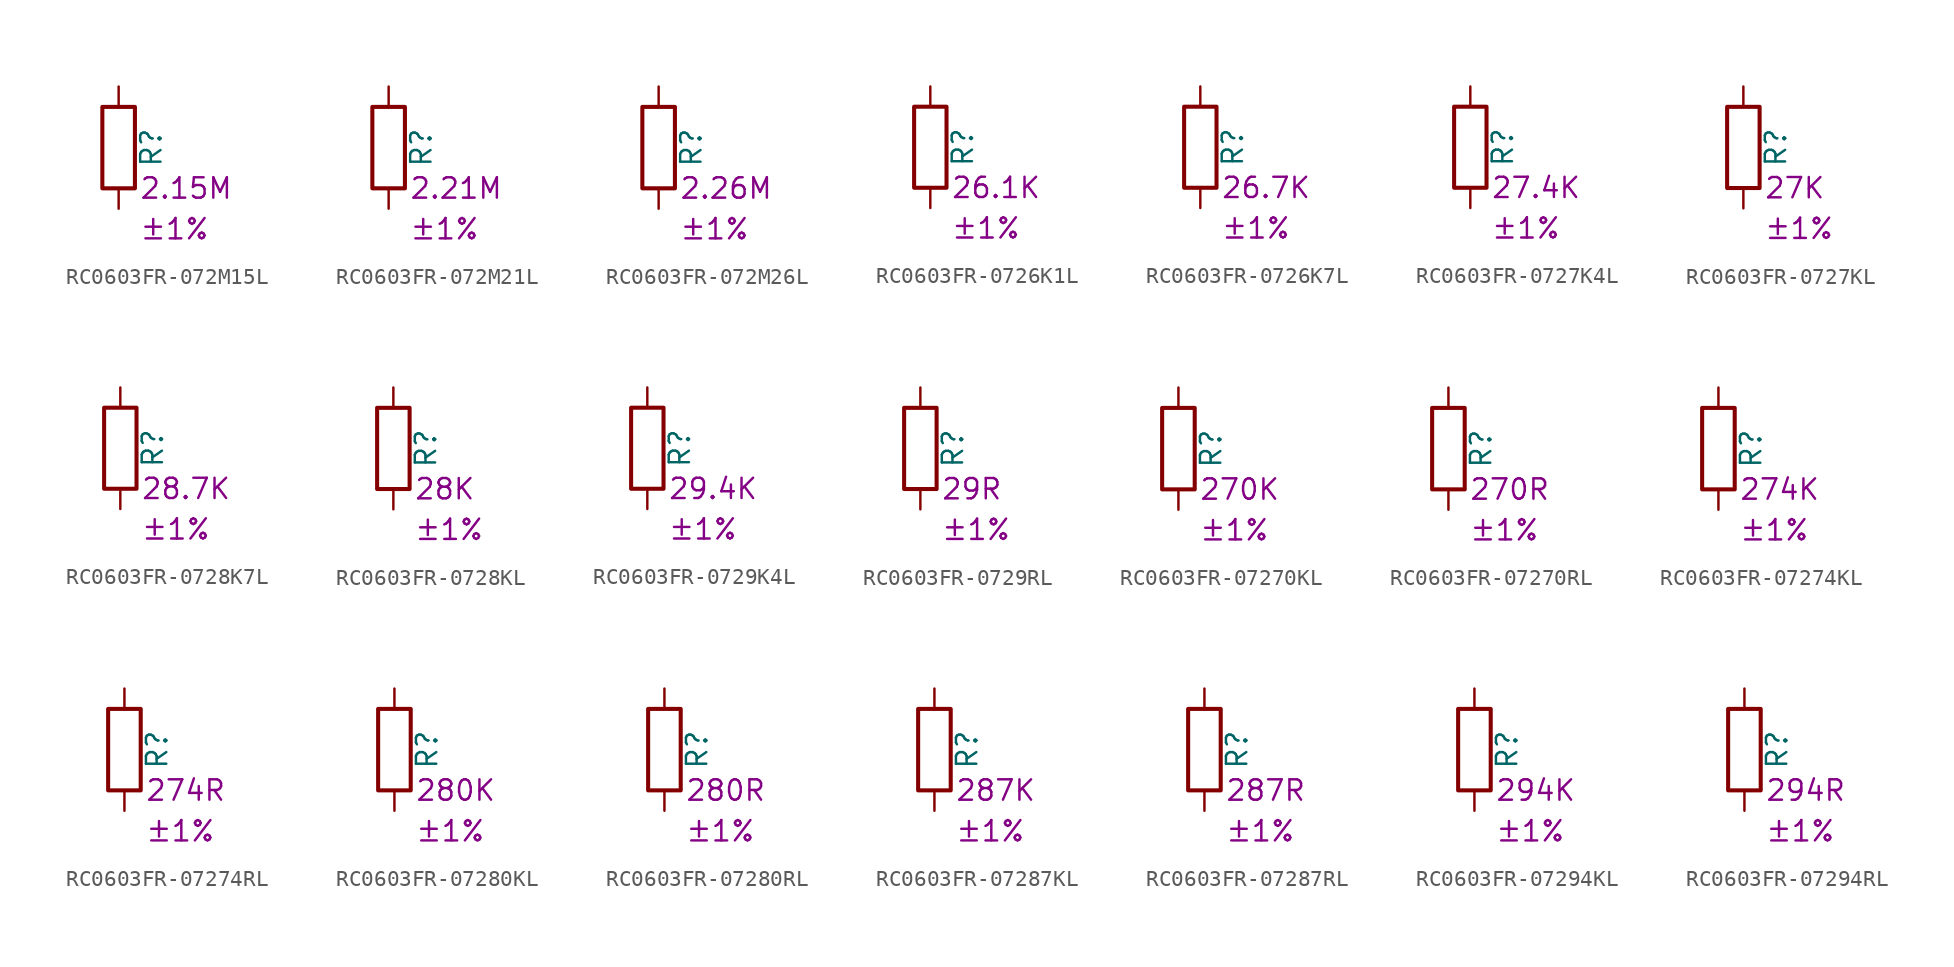
<source format=kicad_sym>
(kicad_symbol_lib
  (version 20220914)
  (generator kicad_symbol_editor)
  (symbol "RC0603FR-072M15L"
    (pin_numbers hide)
    (pin_names
      (offset 0))
    (property "Reference" "R"
      (at 2.032 0 90)
      (effects (font (size 1.27 1.27))))
    (property "Resistance" "2.15M"
      (at 1.27 -2.54 0)
      (effects (font (size 1.27 1.27)) (justify left)))
    (property "Tolerance" "±1%"
      (at 1.27 -5.08 0)
      (effects (font (size 1.27 1.27)) (justify left)))
    (symbol "RC0603FR-072M15L_0_1"
      (rectangle (start -1.016 -2.54) (end 1.016 2.54) (stroke (width 0.254) (type default)) (fill (type none))))
    (symbol "RC0603FR-072M15L_1_1"
      (pin passive line (at 0 3.81 270) (length 1.27) (name "~" (effects (font (size 1.27 1.27)))) (number "1" (effects (font (size 1.27 1.27)))))
      (pin passive line (at 0 -3.81 90) (length 1.27) (name "~" (effects (font (size 1.27 1.27)))) (number "2" (effects (font (size 1.27 1.27)))))))
  (symbol "RC0603FR-072M21L"
    (pin_numbers hide)
    (pin_names
      (offset 0))
    (property "Reference" "R"
      (at 2.032 0 90)
      (effects (font (size 1.27 1.27))))
    (property "Resistance" "2.21M"
      (at 1.27 -2.54 0)
      (effects (font (size 1.27 1.27)) (justify left)))
    (property "Tolerance" "±1%"
      (at 1.27 -5.08 0)
      (effects (font (size 1.27 1.27)) (justify left)))
    (symbol "RC0603FR-072M21L_0_1"
      (rectangle (start -1.016 -2.54) (end 1.016 2.54) (stroke (width 0.254) (type default)) (fill (type none))))
    (symbol "RC0603FR-072M21L_1_1"
      (pin passive line (at 0 3.81 270) (length 1.27) (name "~" (effects (font (size 1.27 1.27)))) (number "1" (effects (font (size 1.27 1.27)))))
      (pin passive line (at 0 -3.81 90) (length 1.27) (name "~" (effects (font (size 1.27 1.27)))) (number "2" (effects (font (size 1.27 1.27)))))))
  (symbol "RC0603FR-072M26L"
    (pin_numbers hide)
    (pin_names
      (offset 0))
    (property "Reference" "R"
      (at 2.032 0 90)
      (effects (font (size 1.27 1.27))))
    (property "Resistance" "2.26M"
      (at 1.27 -2.54 0)
      (effects (font (size 1.27 1.27)) (justify left)))
    (property "Tolerance" "±1%"
      (at 1.27 -5.08 0)
      (effects (font (size 1.27 1.27)) (justify left)))
    (symbol "RC0603FR-072M26L_0_1"
      (rectangle (start -1.016 -2.54) (end 1.016 2.54) (stroke (width 0.254) (type default)) (fill (type none))))
    (symbol "RC0603FR-072M26L_1_1"
      (pin passive line (at 0 3.81 270) (length 1.27) (name "~" (effects (font (size 1.27 1.27)))) (number "1" (effects (font (size 1.27 1.27)))))
      (pin passive line (at 0 -3.81 90) (length 1.27) (name "~" (effects (font (size 1.27 1.27)))) (number "2" (effects (font (size 1.27 1.27)))))))
  (symbol "RC0603FR-0726K1L"
    (pin_numbers hide)
    (pin_names
      (offset 0))
    (property "Reference" "R"
      (at 2.032 0 90)
      (effects (font (size 1.27 1.27))))
    (property "Resistance" "26.1K"
      (at 1.27 -2.54 0)
      (effects (font (size 1.27 1.27)) (justify left)))
    (property "Tolerance" "±1%"
      (at 1.27 -5.08 0)
      (effects (font (size 1.27 1.27)) (justify left)))
    (symbol "RC0603FR-0726K1L_0_1"
      (rectangle (start -1.016 -2.54) (end 1.016 2.54) (stroke (width 0.254) (type default)) (fill (type none))))
    (symbol "RC0603FR-0726K1L_1_1"
      (pin passive line (at 0 3.81 270) (length 1.27) (name "~" (effects (font (size 1.27 1.27)))) (number "1" (effects (font (size 1.27 1.27)))))
      (pin passive line (at 0 -3.81 90) (length 1.27) (name "~" (effects (font (size 1.27 1.27)))) (number "2" (effects (font (size 1.27 1.27)))))))
  (symbol "RC0603FR-0726K7L"
    (pin_numbers hide)
    (pin_names
      (offset 0))
    (property "Reference" "R"
      (at 2.032 0 90)
      (effects (font (size 1.27 1.27))))
    (property "Resistance" "26.7K"
      (at 1.27 -2.54 0)
      (effects (font (size 1.27 1.27)) (justify left)))
    (property "Tolerance" "±1%"
      (at 1.27 -5.08 0)
      (effects (font (size 1.27 1.27)) (justify left)))
    (symbol "RC0603FR-0726K7L_0_1"
      (rectangle (start -1.016 -2.54) (end 1.016 2.54) (stroke (width 0.254) (type default)) (fill (type none))))
    (symbol "RC0603FR-0726K7L_1_1"
      (pin passive line (at 0 3.81 270) (length 1.27) (name "~" (effects (font (size 1.27 1.27)))) (number "1" (effects (font (size 1.27 1.27)))))
      (pin passive line (at 0 -3.81 90) (length 1.27) (name "~" (effects (font (size 1.27 1.27)))) (number "2" (effects (font (size 1.27 1.27)))))))
  (symbol "RC0603FR-0727K4L"
    (pin_numbers hide)
    (pin_names
      (offset 0))
    (property "Reference" "R"
      (at 2.032 0 90)
      (effects (font (size 1.27 1.27))))
    (property "Resistance" "27.4K"
      (at 1.27 -2.54 0)
      (effects (font (size 1.27 1.27)) (justify left)))
    (property "Tolerance" "±1%"
      (at 1.27 -5.08 0)
      (effects (font (size 1.27 1.27)) (justify left)))
    (symbol "RC0603FR-0727K4L_0_1"
      (rectangle (start -1.016 -2.54) (end 1.016 2.54) (stroke (width 0.254) (type default)) (fill (type none))))
    (symbol "RC0603FR-0727K4L_1_1"
      (pin passive line (at 0 3.81 270) (length 1.27) (name "~" (effects (font (size 1.27 1.27)))) (number "1" (effects (font (size 1.27 1.27)))))
      (pin passive line (at 0 -3.81 90) (length 1.27) (name "~" (effects (font (size 1.27 1.27)))) (number "2" (effects (font (size 1.27 1.27)))))))
  (symbol "RC0603FR-0727KL"
    (pin_numbers hide)
    (pin_names
      (offset 0))
    (property "Reference" "R"
      (at 2.032 0 90)
      (effects (font (size 1.27 1.27))))
    (property "Resistance" "27K"
      (at 1.27 -2.54 0)
      (effects (font (size 1.27 1.27)) (justify left)))
    (property "Tolerance" "±1%"
      (at 1.27 -5.08 0)
      (effects (font (size 1.27 1.27)) (justify left)))
    (symbol "RC0603FR-0727KL_0_1"
      (rectangle (start -1.016 -2.54) (end 1.016 2.54) (stroke (width 0.254) (type default)) (fill (type none))))
    (symbol "RC0603FR-0727KL_1_1"
      (pin passive line (at 0 3.81 270) (length 1.27) (name "~" (effects (font (size 1.27 1.27)))) (number "1" (effects (font (size 1.27 1.27)))))
      (pin passive line (at 0 -3.81 90) (length 1.27) (name "~" (effects (font (size 1.27 1.27)))) (number "2" (effects (font (size 1.27 1.27)))))))
  (symbol "RC0603FR-0728K7L"
    (pin_numbers hide)
    (pin_names
      (offset 0))
    (property "Reference" "R"
      (at 2.032 0 90)
      (effects (font (size 1.27 1.27))))
    (property "Resistance" "28.7K"
      (at 1.27 -2.54 0)
      (effects (font (size 1.27 1.27)) (justify left)))
    (property "Tolerance" "±1%"
      (at 1.27 -5.08 0)
      (effects (font (size 1.27 1.27)) (justify left)))
    (symbol "RC0603FR-0728K7L_0_1"
      (rectangle (start -1.016 -2.54) (end 1.016 2.54) (stroke (width 0.254) (type default)) (fill (type none))))
    (symbol "RC0603FR-0728K7L_1_1"
      (pin passive line (at 0 3.81 270) (length 1.27) (name "~" (effects (font (size 1.27 1.27)))) (number "1" (effects (font (size 1.27 1.27)))))
      (pin passive line (at 0 -3.81 90) (length 1.27) (name "~" (effects (font (size 1.27 1.27)))) (number "2" (effects (font (size 1.27 1.27)))))))
  (symbol "RC0603FR-0728KL"
    (pin_numbers hide)
    (pin_names
      (offset 0))
    (property "Reference" "R"
      (at 2.032 0 90)
      (effects (font (size 1.27 1.27))))
    (property "Resistance" "28K"
      (at 1.27 -2.54 0)
      (effects (font (size 1.27 1.27)) (justify left)))
    (property "Tolerance" "±1%"
      (at 1.27 -5.08 0)
      (effects (font (size 1.27 1.27)) (justify left)))
    (symbol "RC0603FR-0728KL_0_1"
      (rectangle (start -1.016 -2.54) (end 1.016 2.54) (stroke (width 0.254) (type default)) (fill (type none))))
    (symbol "RC0603FR-0728KL_1_1"
      (pin passive line (at 0 3.81 270) (length 1.27) (name "~" (effects (font (size 1.27 1.27)))) (number "1" (effects (font (size 1.27 1.27)))))
      (pin passive line (at 0 -3.81 90) (length 1.27) (name "~" (effects (font (size 1.27 1.27)))) (number "2" (effects (font (size 1.27 1.27)))))))
  (symbol "RC0603FR-0729K4L"
    (pin_numbers hide)
    (pin_names
      (offset 0))
    (property "Reference" "R"
      (at 2.032 0 90)
      (effects (font (size 1.27 1.27))))
    (property "Resistance" "29.4K"
      (at 1.27 -2.54 0)
      (effects (font (size 1.27 1.27)) (justify left)))
    (property "Tolerance" "±1%"
      (at 1.27 -5.08 0)
      (effects (font (size 1.27 1.27)) (justify left)))
    (symbol "RC0603FR-0729K4L_0_1"
      (rectangle (start -1.016 -2.54) (end 1.016 2.54) (stroke (width 0.254) (type default)) (fill (type none))))
    (symbol "RC0603FR-0729K4L_1_1"
      (pin passive line (at 0 3.81 270) (length 1.27) (name "~" (effects (font (size 1.27 1.27)))) (number "1" (effects (font (size 1.27 1.27)))))
      (pin passive line (at 0 -3.81 90) (length 1.27) (name "~" (effects (font (size 1.27 1.27)))) (number "2" (effects (font (size 1.27 1.27)))))))
  (symbol "RC0603FR-0729RL"
    (pin_numbers hide)
    (pin_names
      (offset 0))
    (property "Reference" "R"
      (at 2.032 0 90)
      (effects (font (size 1.27 1.27))))
    (property "Resistance" "29R"
      (at 1.27 -2.54 0)
      (effects (font (size 1.27 1.27)) (justify left)))
    (property "Tolerance" "±1%"
      (at 1.27 -5.08 0)
      (effects (font (size 1.27 1.27)) (justify left)))
    (symbol "RC0603FR-0729RL_0_1"
      (rectangle (start -1.016 -2.54) (end 1.016 2.54) (stroke (width 0.254) (type default)) (fill (type none))))
    (symbol "RC0603FR-0729RL_1_1"
      (pin passive line (at 0 3.81 270) (length 1.27) (name "~" (effects (font (size 1.27 1.27)))) (number "1" (effects (font (size 1.27 1.27)))))
      (pin passive line (at 0 -3.81 90) (length 1.27) (name "~" (effects (font (size 1.27 1.27)))) (number "2" (effects (font (size 1.27 1.27)))))))
  (symbol "RC0603FR-07270KL"
    (pin_numbers hide)
    (pin_names
      (offset 0))
    (property "Reference" "R"
      (at 2.032 0 90)
      (effects (font (size 1.27 1.27))))
    (property "Resistance" "270K"
      (at 1.27 -2.54 0)
      (effects (font (size 1.27 1.27)) (justify left)))
    (property "Tolerance" "±1%"
      (at 1.27 -5.08 0)
      (effects (font (size 1.27 1.27)) (justify left)))
    (symbol "RC0603FR-07270KL_0_1"
      (rectangle (start -1.016 -2.54) (end 1.016 2.54) (stroke (width 0.254) (type default)) (fill (type none))))
    (symbol "RC0603FR-07270KL_1_1"
      (pin passive line (at 0 3.81 270) (length 1.27) (name "~" (effects (font (size 1.27 1.27)))) (number "1" (effects (font (size 1.27 1.27)))))
      (pin passive line (at 0 -3.81 90) (length 1.27) (name "~" (effects (font (size 1.27 1.27)))) (number "2" (effects (font (size 1.27 1.27)))))))
  (symbol "RC0603FR-07270RL"
    (pin_numbers hide)
    (pin_names
      (offset 0))
    (property "Reference" "R"
      (at 2.032 0 90)
      (effects (font (size 1.27 1.27))))
    (property "Resistance" "270R"
      (at 1.27 -2.54 0)
      (effects (font (size 1.27 1.27)) (justify left)))
    (property "Tolerance" "±1%"
      (at 1.27 -5.08 0)
      (effects (font (size 1.27 1.27)) (justify left)))
    (symbol "RC0603FR-07270RL_0_1"
      (rectangle (start -1.016 -2.54) (end 1.016 2.54) (stroke (width 0.254) (type default)) (fill (type none))))
    (symbol "RC0603FR-07270RL_1_1"
      (pin passive line (at 0 3.81 270) (length 1.27) (name "~" (effects (font (size 1.27 1.27)))) (number "1" (effects (font (size 1.27 1.27)))))
      (pin passive line (at 0 -3.81 90) (length 1.27) (name "~" (effects (font (size 1.27 1.27)))) (number "2" (effects (font (size 1.27 1.27)))))))
  (symbol "RC0603FR-07274KL"
    (pin_numbers hide)
    (pin_names
      (offset 0))
    (property "Reference" "R"
      (at 2.032 0 90)
      (effects (font (size 1.27 1.27))))
    (property "Resistance" "274K"
      (at 1.27 -2.54 0)
      (effects (font (size 1.27 1.27)) (justify left)))
    (property "Tolerance" "±1%"
      (at 1.27 -5.08 0)
      (effects (font (size 1.27 1.27)) (justify left)))
    (symbol "RC0603FR-07274KL_0_1"
      (rectangle (start -1.016 -2.54) (end 1.016 2.54) (stroke (width 0.254) (type default)) (fill (type none))))
    (symbol "RC0603FR-07274KL_1_1"
      (pin passive line (at 0 3.81 270) (length 1.27) (name "~" (effects (font (size 1.27 1.27)))) (number "1" (effects (font (size 1.27 1.27)))))
      (pin passive line (at 0 -3.81 90) (length 1.27) (name "~" (effects (font (size 1.27 1.27)))) (number "2" (effects (font (size 1.27 1.27)))))))
  (symbol "RC0603FR-07274RL"
    (pin_numbers hide)
    (pin_names
      (offset 0))
    (property "Reference" "R"
      (at 2.032 0 90)
      (effects (font (size 1.27 1.27))))
    (property "Resistance" "274R"
      (at 1.27 -2.54 0)
      (effects (font (size 1.27 1.27)) (justify left)))
    (property "Tolerance" "±1%"
      (at 1.27 -5.08 0)
      (effects (font (size 1.27 1.27)) (justify left)))
    (symbol "RC0603FR-07274RL_0_1"
      (rectangle (start -1.016 -2.54) (end 1.016 2.54) (stroke (width 0.254) (type default)) (fill (type none))))
    (symbol "RC0603FR-07274RL_1_1"
      (pin passive line (at 0 3.81 270) (length 1.27) (name "~" (effects (font (size 1.27 1.27)))) (number "1" (effects (font (size 1.27 1.27)))))
      (pin passive line (at 0 -3.81 90) (length 1.27) (name "~" (effects (font (size 1.27 1.27)))) (number "2" (effects (font (size 1.27 1.27)))))))
  (symbol "RC0603FR-07280KL"
    (pin_numbers hide)
    (pin_names
      (offset 0))
    (property "Reference" "R"
      (at 2.032 0 90)
      (effects (font (size 1.27 1.27))))
    (property "Resistance" "280K"
      (at 1.27 -2.54 0)
      (effects (font (size 1.27 1.27)) (justify left)))
    (property "Tolerance" "±1%"
      (at 1.27 -5.08 0)
      (effects (font (size 1.27 1.27)) (justify left)))
    (symbol "RC0603FR-07280KL_0_1"
      (rectangle (start -1.016 -2.54) (end 1.016 2.54) (stroke (width 0.254) (type default)) (fill (type none))))
    (symbol "RC0603FR-07280KL_1_1"
      (pin passive line (at 0 3.81 270) (length 1.27) (name "~" (effects (font (size 1.27 1.27)))) (number "1" (effects (font (size 1.27 1.27)))))
      (pin passive line (at 0 -3.81 90) (length 1.27) (name "~" (effects (font (size 1.27 1.27)))) (number "2" (effects (font (size 1.27 1.27)))))))
  (symbol "RC0603FR-07280RL"
    (pin_numbers hide)
    (pin_names
      (offset 0))
    (property "Reference" "R"
      (at 2.032 0 90)
      (effects (font (size 1.27 1.27))))
    (property "Resistance" "280R"
      (at 1.27 -2.54 0)
      (effects (font (size 1.27 1.27)) (justify left)))
    (property "Tolerance" "±1%"
      (at 1.27 -5.08 0)
      (effects (font (size 1.27 1.27)) (justify left)))
    (symbol "RC0603FR-07280RL_0_1"
      (rectangle (start -1.016 -2.54) (end 1.016 2.54) (stroke (width 0.254) (type default)) (fill (type none))))
    (symbol "RC0603FR-07280RL_1_1"
      (pin passive line (at 0 3.81 270) (length 1.27) (name "~" (effects (font (size 1.27 1.27)))) (number "1" (effects (font (size 1.27 1.27)))))
      (pin passive line (at 0 -3.81 90) (length 1.27) (name "~" (effects (font (size 1.27 1.27)))) (number "2" (effects (font (size 1.27 1.27)))))))
  (symbol "RC0603FR-07287KL"
    (pin_numbers hide)
    (pin_names
      (offset 0))
    (property "Reference" "R"
      (at 2.032 0 90)
      (effects (font (size 1.27 1.27))))
    (property "Resistance" "287K"
      (at 1.27 -2.54 0)
      (effects (font (size 1.27 1.27)) (justify left)))
    (property "Tolerance" "±1%"
      (at 1.27 -5.08 0)
      (effects (font (size 1.27 1.27)) (justify left)))
    (symbol "RC0603FR-07287KL_0_1"
      (rectangle (start -1.016 -2.54) (end 1.016 2.54) (stroke (width 0.254) (type default)) (fill (type none))))
    (symbol "RC0603FR-07287KL_1_1"
      (pin passive line (at 0 3.81 270) (length 1.27) (name "~" (effects (font (size 1.27 1.27)))) (number "1" (effects (font (size 1.27 1.27)))))
      (pin passive line (at 0 -3.81 90) (length 1.27) (name "~" (effects (font (size 1.27 1.27)))) (number "2" (effects (font (size 1.27 1.27)))))))
  (symbol "RC0603FR-07287RL"
    (pin_numbers hide)
    (pin_names
      (offset 0))
    (property "Reference" "R"
      (at 2.032 0 90)
      (effects (font (size 1.27 1.27))))
    (property "Resistance" "287R"
      (at 1.27 -2.54 0)
      (effects (font (size 1.27 1.27)) (justify left)))
    (property "Tolerance" "±1%"
      (at 1.27 -5.08 0)
      (effects (font (size 1.27 1.27)) (justify left)))
    (symbol "RC0603FR-07287RL_0_1"
      (rectangle (start -1.016 -2.54) (end 1.016 2.54) (stroke (width 0.254) (type default)) (fill (type none))))
    (symbol "RC0603FR-07287RL_1_1"
      (pin passive line (at 0 3.81 270) (length 1.27) (name "~" (effects (font (size 1.27 1.27)))) (number "1" (effects (font (size 1.27 1.27)))))
      (pin passive line (at 0 -3.81 90) (length 1.27) (name "~" (effects (font (size 1.27 1.27)))) (number "2" (effects (font (size 1.27 1.27)))))))
  (symbol "RC0603FR-07294KL"
    (pin_numbers hide)
    (pin_names
      (offset 0))
    (property "Reference" "R"
      (at 2.032 0 90)
      (effects (font (size 1.27 1.27))))
    (property "Resistance" "294K"
      (at 1.27 -2.54 0)
      (effects (font (size 1.27 1.27)) (justify left)))
    (property "Tolerance" "±1%"
      (at 1.27 -5.08 0)
      (effects (font (size 1.27 1.27)) (justify left)))
    (symbol "RC0603FR-07294KL_0_1"
      (rectangle (start -1.016 -2.54) (end 1.016 2.54) (stroke (width 0.254) (type default)) (fill (type none))))
    (symbol "RC0603FR-07294KL_1_1"
      (pin passive line (at 0 3.81 270) (length 1.27) (name "~" (effects (font (size 1.27 1.27)))) (number "1" (effects (font (size 1.27 1.27)))))
      (pin passive line (at 0 -3.81 90) (length 1.27) (name "~" (effects (font (size 1.27 1.27)))) (number "2" (effects (font (size 1.27 1.27)))))))
  (symbol "RC0603FR-07294RL"
    (pin_numbers hide)
    (pin_names
      (offset 0))
    (property "Reference" "R"
      (at 2.032 0 90)
      (effects (font (size 1.27 1.27))))
    (property "Resistance" "294R"
      (at 1.27 -2.54 0)
      (effects (font (size 1.27 1.27)) (justify left)))
    (property "Tolerance" "±1%"
      (at 1.27 -5.08 0)
      (effects (font (size 1.27 1.27)) (justify left)))
    (symbol "RC0603FR-07294RL_0_1"
      (rectangle (start -1.016 -2.54) (end 1.016 2.54) (stroke (width 0.254) (type default)) (fill (type none))))
    (symbol "RC0603FR-07294RL_1_1"
      (pin passive line (at 0 3.81 270) (length 1.27) (name "~" (effects (font (size 1.27 1.27)))) (number "1" (effects (font (size 1.27 1.27)))))
      (pin passive line (at 0 -3.81 90) (length 1.27) (name "~" (effects (font (size 1.27 1.27)))) (number "2" (effects (font (size 1.27 1.27))))))))
</source>
